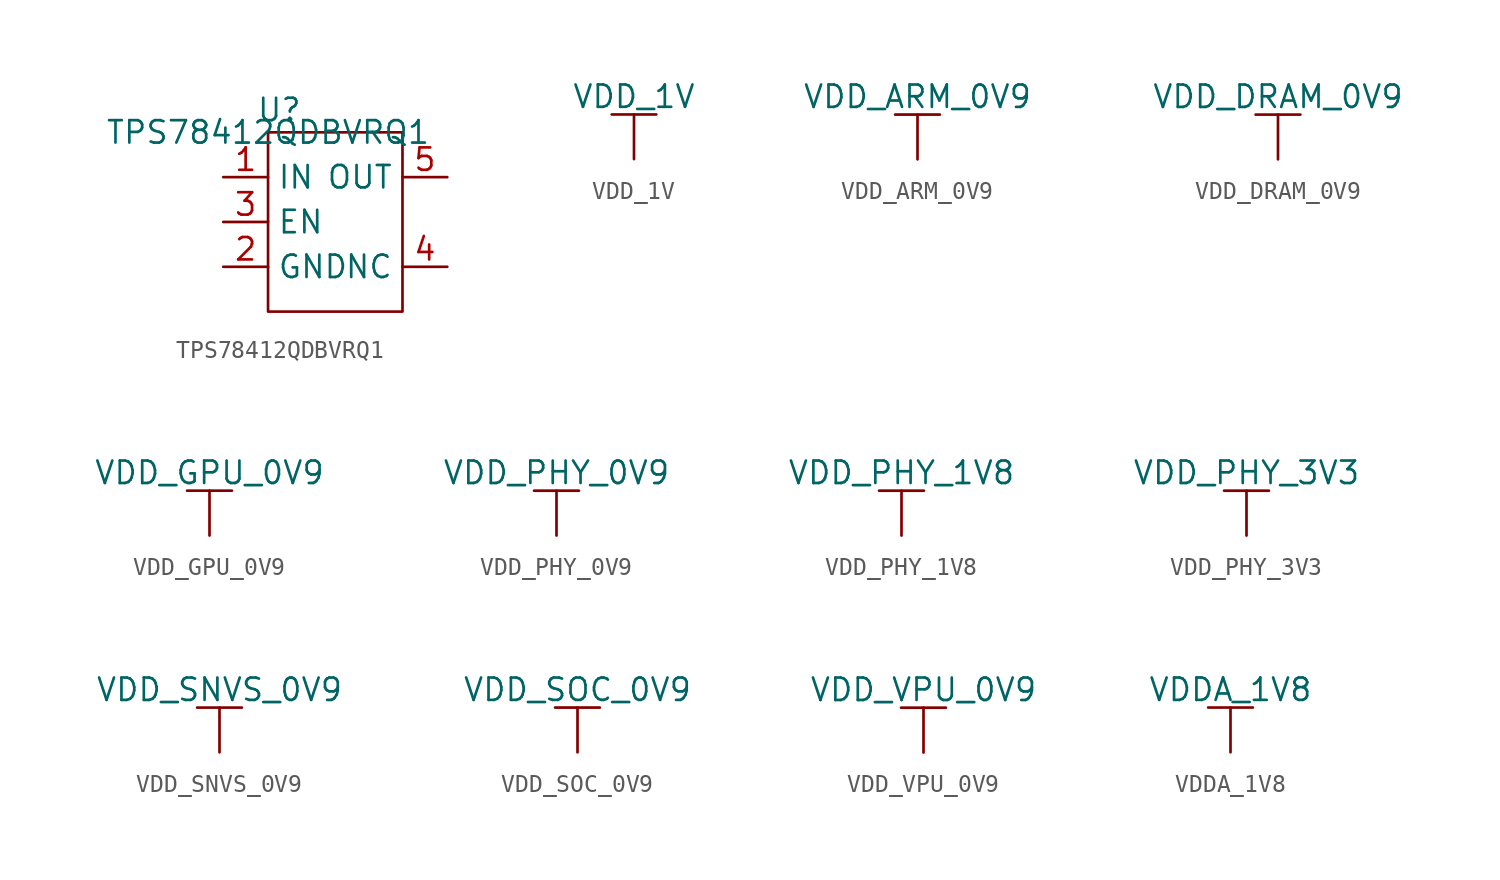
<source format=kicad_sym>
(kicad_symbol_lib
  (version 20230620)
  (generator kicad_symbol_editor)
  (symbol "TPS78412QDBVRQ1"
    (property "Reference" "U"
      (at 0.635 1.27 0)
      (effects (font (size 1.27 1.27))))
    (property "Value" "TPS78412QDBVRQ1"
      (at 0 0 0)
      (effects (font (size 1.27 1.27))))
    (symbol "TPS78412QDBVRQ1_0_1"
      (rectangle (start 0 0) (end 7.62 -10.16) (stroke (width 0) (type default)) (fill (type none))))
    (symbol "TPS78412QDBVRQ1_1_1"
      (pin input line (at -2.54 -2.54 0) (length 2.54) (name "IN" (effects (font (size 1.27 1.27)))) (number "1" (effects (font (size 1.27 1.27)))))
      (pin input line (at -2.54 -7.62 0) (length 2.54) (name "GND" (effects (font (size 1.27 1.27)))) (number "2" (effects (font (size 1.27 1.27)))))
      (pin input line (at -2.54 -5.08 0) (length 2.54) (name "EN" (effects (font (size 1.27 1.27)))) (number "3" (effects (font (size 1.27 1.27)))))
      (pin input line (at 10.16 -7.62 180) (length 2.54) (name "NC" (effects (font (size 1.27 1.27)))) (number "4" (effects (font (size 1.27 1.27)))))
      (pin input line (at 10.16 -2.54 180) (length 2.54) (name "OUT" (effects (font (size 1.27 1.27)))) (number "5" (effects (font (size 1.27 1.27)))))))
  (symbol "VDD_1V"
    (power)
    (pin_numbers hide)
    (pin_names
      (offset 0) hide)
    (property "Reference" "#PWR"
      (at 0 -1.27 0)
      (effects (font (size 1.27 1.27)) hide))
    (property "Value" "VDD_1V"
      (at 0 3.556 0)
      (effects (font (size 1.27 1.27))))
    (symbol "VDD_1V_0_1"
      (polyline (pts (xy 0 0) (xy 0 2.54)) (stroke (width 0) (type default)) (fill (type none)))
      (polyline (pts (xy 1.27 2.54) (xy -1.27 2.54)) (stroke (width 0) (type default)) (fill (type none))))
    (symbol "VDD_1V_1_1"
      (pin power_in line (at 0 0 90) (length 0) hide (name "VDD_1V" (effects (font (size 1.27 1.27)))) (number "1" (effects (font (size 1.27 1.27)))))))
  (symbol "VDD_ARM_0V9"
    (power)
    (pin_numbers hide)
    (pin_names
      (offset 0) hide)
    (property "Reference" "#PWR"
      (at 0 -1.27 0)
      (effects (font (size 1.27 1.27)) hide))
    (property "Value" "VDD_ARM_0V9"
      (at 0 3.556 0)
      (effects (font (size 1.27 1.27))))
    (symbol "VDD_ARM_0V9_0_1"
      (polyline (pts (xy 0 0) (xy 0 2.54)) (stroke (width 0) (type default)) (fill (type none)))
      (polyline (pts (xy 1.27 2.54) (xy -1.27 2.54)) (stroke (width 0) (type default)) (fill (type none))))
    (symbol "VDD_ARM_0V9_1_1"
      (pin power_in line (at 0 0 90) (length 0) hide (name "VDD_ARM_0V9" (effects (font (size 1.27 1.27)))) (number "1" (effects (font (size 1.27 1.27)))))))
  (symbol "VDD_DRAM_0V9"
    (power)
    (pin_numbers hide)
    (pin_names
      (offset 0) hide)
    (property "Reference" "#PWR"
      (at 0 -1.27 0)
      (effects (font (size 1.27 1.27)) hide))
    (property "Value" "VDD_DRAM_0V9"
      (at 0 3.556 0)
      (effects (font (size 1.27 1.27))))
    (symbol "VDD_DRAM_0V9_0_1"
      (polyline (pts (xy 0 0) (xy 0 2.54)) (stroke (width 0) (type default)) (fill (type none)))
      (polyline (pts (xy 1.27 2.54) (xy -1.27 2.54)) (stroke (width 0) (type default)) (fill (type none))))
    (symbol "VDD_DRAM_0V9_1_1"
      (pin power_in line (at 0 0 90) (length 0) hide (name "VDD_DRAM_0V9" (effects (font (size 1.27 1.27)))) (number "1" (effects (font (size 1.27 1.27)))))))
  (symbol "VDD_GPU_0V9"
    (power)
    (pin_numbers hide)
    (pin_names
      (offset 0) hide)
    (property "Reference" "#PWR"
      (at 0 -1.27 0)
      (effects (font (size 1.27 1.27)) hide))
    (property "Value" "VDD_GPU_0V9"
      (at 0 3.556 0)
      (effects (font (size 1.27 1.27))))
    (symbol "VDD_GPU_0V9_0_1"
      (polyline (pts (xy 0 0) (xy 0 2.54)) (stroke (width 0) (type default)) (fill (type none)))
      (polyline (pts (xy 1.27 2.54) (xy -1.27 2.54)) (stroke (width 0) (type default)) (fill (type none))))
    (symbol "VDD_GPU_0V9_1_1"
      (pin power_in line (at 0 0 90) (length 0) hide (name "VDD_GPU_0V9" (effects (font (size 1.27 1.27)))) (number "1" (effects (font (size 1.27 1.27)))))))
  (symbol "VDD_PHY_0V9"
    (power)
    (pin_numbers hide)
    (pin_names
      (offset 0) hide)
    (property "Reference" "#PWR"
      (at 0 -1.27 0)
      (effects (font (size 1.27 1.27)) hide))
    (property "Value" "VDD_PHY_0V9"
      (at 0 3.556 0)
      (effects (font (size 1.27 1.27))))
    (symbol "VDD_PHY_0V9_0_1"
      (polyline (pts (xy 0 0) (xy 0 2.54)) (stroke (width 0) (type default)) (fill (type none)))
      (polyline (pts (xy 1.27 2.54) (xy -1.27 2.54)) (stroke (width 0) (type default)) (fill (type none))))
    (symbol "VDD_PHY_0V9_1_1"
      (pin power_in line (at 0 0 90) (length 0) hide (name "VDD_PHY_0V9" (effects (font (size 1.27 1.27)))) (number "1" (effects (font (size 1.27 1.27)))))))
  (symbol "VDD_PHY_1V8"
    (power)
    (pin_numbers hide)
    (pin_names
      (offset 0) hide)
    (property "Reference" "#PWR"
      (at 0 -1.27 0)
      (effects (font (size 1.27 1.27)) hide))
    (property "Value" "VDD_PHY_1V8"
      (at 0 3.556 0)
      (effects (font (size 1.27 1.27))))
    (symbol "VDD_PHY_1V8_0_1"
      (polyline (pts (xy 0 0) (xy 0 2.54)) (stroke (width 0) (type default)) (fill (type none)))
      (polyline (pts (xy 1.27 2.54) (xy -1.27 2.54)) (stroke (width 0) (type default)) (fill (type none))))
    (symbol "VDD_PHY_1V8_1_1"
      (pin power_in line (at 0 0 90) (length 0) hide (name "VDD_PHY_1V8" (effects (font (size 1.27 1.27)))) (number "1" (effects (font (size 1.27 1.27)))))))
  (symbol "VDD_PHY_3V3"
    (power)
    (pin_numbers hide)
    (pin_names
      (offset 0) hide)
    (property "Reference" "#PWR"
      (at 0 -1.27 0)
      (effects (font (size 1.27 1.27)) hide))
    (property "Value" "VDD_PHY_3V3"
      (at 0 3.556 0)
      (effects (font (size 1.27 1.27))))
    (symbol "VDD_PHY_3V3_0_1"
      (polyline (pts (xy 0 0) (xy 0 2.54)) (stroke (width 0) (type default)) (fill (type none)))
      (polyline (pts (xy 1.27 2.54) (xy -1.27 2.54)) (stroke (width 0) (type default)) (fill (type none))))
    (symbol "VDD_PHY_3V3_1_1"
      (pin power_in line (at 0 0 90) (length 0) hide (name "VDD_PHY_3V3" (effects (font (size 1.27 1.27)))) (number "1" (effects (font (size 1.27 1.27)))))))
  (symbol "VDD_SNVS_0V9"
    (power)
    (pin_numbers hide)
    (pin_names
      (offset 0) hide)
    (property "Reference" "#PWR"
      (at 0 -1.27 0)
      (effects (font (size 1.27 1.27)) hide))
    (property "Value" "VDD_SNVS_0V9"
      (at 0 3.556 0)
      (effects (font (size 1.27 1.27))))
    (symbol "VDD_SNVS_0V9_0_1"
      (polyline (pts (xy 0 0) (xy 0 2.54)) (stroke (width 0) (type default)) (fill (type none)))
      (polyline (pts (xy 1.27 2.54) (xy -1.27 2.54)) (stroke (width 0) (type default)) (fill (type none))))
    (symbol "VDD_SNVS_0V9_1_1"
      (pin power_in line (at 0 0 90) (length 0) hide (name "VDD_SNVS_0V9" (effects (font (size 1.27 1.27)))) (number "1" (effects (font (size 1.27 1.27)))))))
  (symbol "VDD_SOC_0V9"
    (power)
    (pin_numbers hide)
    (pin_names
      (offset 0) hide)
    (property "Reference" "#PWR"
      (at 0 -1.27 0)
      (effects (font (size 1.27 1.27)) hide))
    (property "Value" "VDD_SOC_0V9"
      (at 0 3.556 0)
      (effects (font (size 1.27 1.27))))
    (symbol "VDD_SOC_0V9_0_1"
      (polyline (pts (xy 0 0) (xy 0 2.54)) (stroke (width 0) (type default)) (fill (type none)))
      (polyline (pts (xy 1.27 2.54) (xy -1.27 2.54)) (stroke (width 0) (type default)) (fill (type none))))
    (symbol "VDD_SOC_0V9_1_1"
      (pin power_in line (at 0 0 90) (length 0) hide (name "VDD_SOC_0V9" (effects (font (size 1.27 1.27)))) (number "1" (effects (font (size 1.27 1.27)))))))
  (symbol "VDD_VPU_0V9"
    (power)
    (pin_numbers hide)
    (pin_names
      (offset 0) hide)
    (property "Reference" "#PWR"
      (at 0 -1.27 0)
      (effects (font (size 1.27 1.27)) hide))
    (property "Value" "VDD_VPU_0V9"
      (at 0 3.556 0)
      (effects (font (size 1.27 1.27))))
    (symbol "VDD_VPU_0V9_0_1"
      (polyline (pts (xy 0 0) (xy 0 2.54)) (stroke (width 0) (type default)) (fill (type none)))
      (polyline (pts (xy 1.27 2.54) (xy -1.27 2.54)) (stroke (width 0) (type default)) (fill (type none))))
    (symbol "VDD_VPU_0V9_1_1"
      (pin power_in line (at 0 0 90) (length 0) hide (name "VDD_VPU_0V9" (effects (font (size 1.27 1.27)))) (number "1" (effects (font (size 1.27 1.27)))))))
  (symbol "VDDA_1V8"
    (power)
    (pin_numbers hide)
    (pin_names
      (offset 0) hide)
    (property "Reference" "#PWR"
      (at 0 -1.27 0)
      (effects (font (size 1.27 1.27)) hide))
    (property "Value" "VDDA_1V8"
      (at 0 3.556 0)
      (effects (font (size 1.27 1.27))))
    (symbol "VDDA_1V8_0_1"
      (polyline (pts (xy 0 0) (xy 0 2.54)) (stroke (width 0) (type default)) (fill (type none)))
      (polyline (pts (xy 1.27 2.54) (xy -1.27 2.54)) (stroke (width 0) (type default)) (fill (type none))))
    (symbol "VDDA_1V8_1_1"
      (pin power_in line (at 0 0 90) (length 0) hide (name "VDDA_1V8" (effects (font (size 1.27 1.27)))) (number "1" (effects (font (size 1.27 1.27))))))))
</source>
